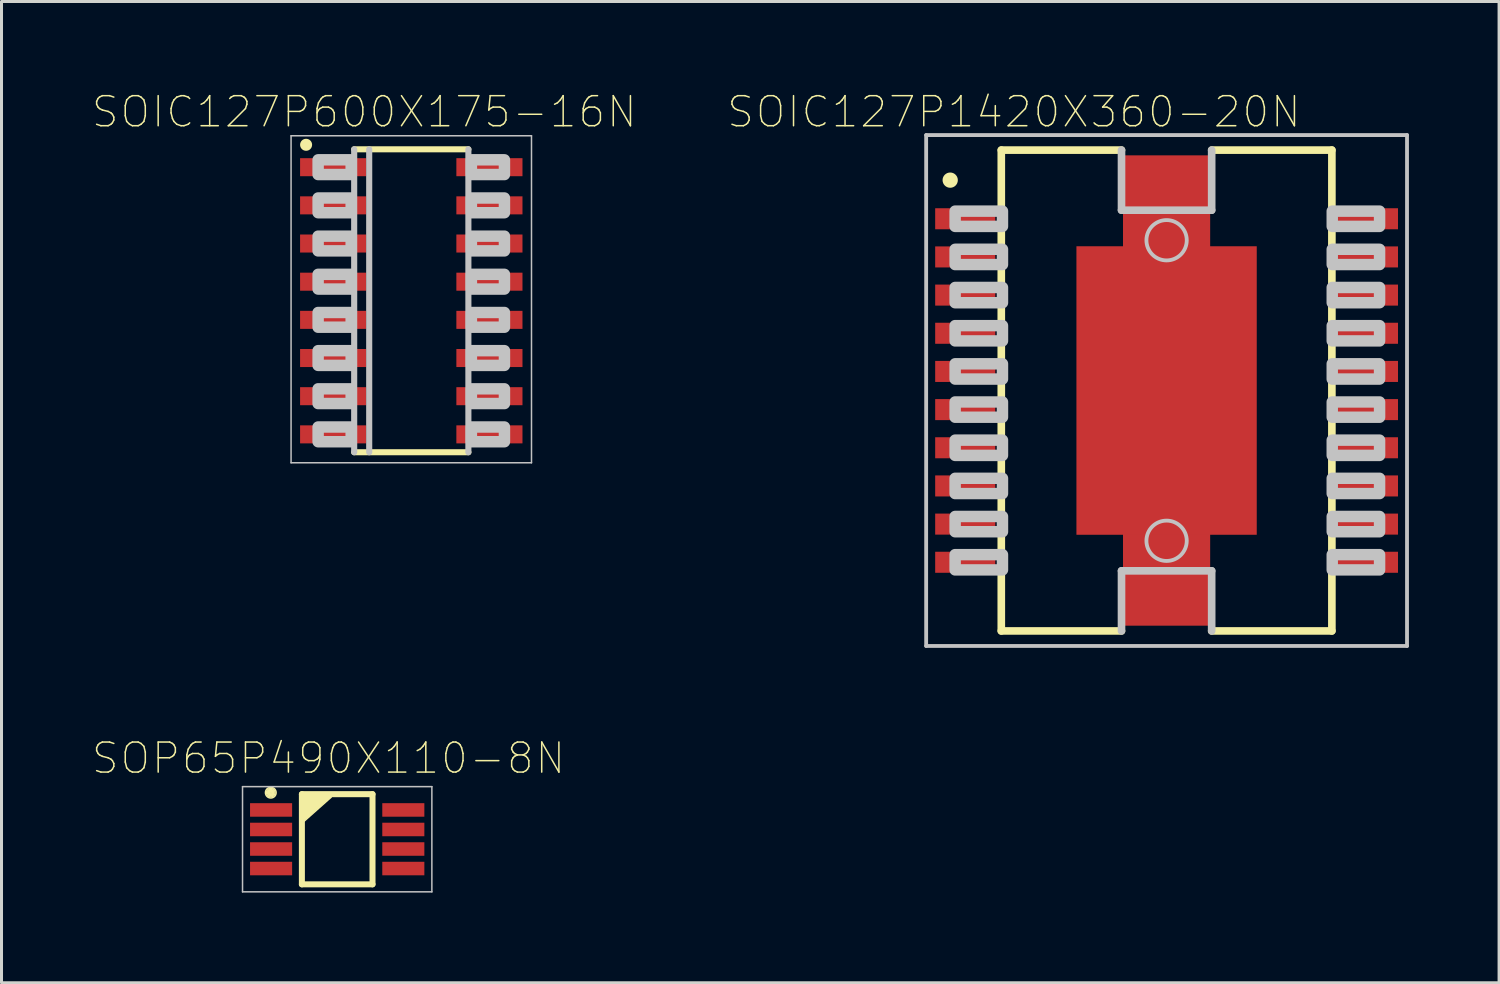
<source format=kicad_pcb>
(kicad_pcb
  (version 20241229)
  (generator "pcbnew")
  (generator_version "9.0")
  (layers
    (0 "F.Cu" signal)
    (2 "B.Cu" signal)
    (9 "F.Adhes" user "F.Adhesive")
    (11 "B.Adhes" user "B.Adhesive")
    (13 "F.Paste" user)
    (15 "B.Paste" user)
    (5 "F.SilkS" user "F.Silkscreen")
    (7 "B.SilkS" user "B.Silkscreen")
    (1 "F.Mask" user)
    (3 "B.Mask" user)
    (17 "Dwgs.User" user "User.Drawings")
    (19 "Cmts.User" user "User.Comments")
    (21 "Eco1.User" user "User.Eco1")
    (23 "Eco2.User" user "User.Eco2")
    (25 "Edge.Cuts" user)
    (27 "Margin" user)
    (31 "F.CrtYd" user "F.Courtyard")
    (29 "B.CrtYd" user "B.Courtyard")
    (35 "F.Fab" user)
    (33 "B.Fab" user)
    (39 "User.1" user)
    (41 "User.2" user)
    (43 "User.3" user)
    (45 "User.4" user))
  (footprint "SOIC127P600X175-16N"
    (layer "F.Cu")
    (at 10.635 6.958)
    (property "Reference" "SOIC127P600X175-16N" (at -1.565 -6.285 0) (layer "F.SilkS") (effects (font (size 1 1) (thickness 0.05))))
    (attr smd)
    (fp_line (start -1.9 -5.04) (end 1.9 -5.04) (stroke (width 0.203) (type solid)) (layer "F.SilkS"))
    (fp_line (start 1.9 5.04) (end -1.9 5.04) (stroke (width 0.203) (type solid)) (layer "F.SilkS"))
    (fp_circle (center -3.5 -5.19) (end -3.3 -5.19) (stroke (width 0) (type solid)) (fill yes) (layer "F.SilkS"))
    (fp_line (start -4 -5.49) (end -4 5.39) (stroke (width 0.05) (type solid)) (layer "Dwgs.User"))
    (fp_line (start -4 -5.49) (end 4 -5.49) (stroke (width 0.05) (type solid)) (layer "Dwgs.User"))
    (fp_line (start -1.9 5.04) (end -1.9 -5.04) (stroke (width 0.203) (type solid)) (layer "Dwgs.User"))
    (fp_line (start -1.4 5.04) (end -1.4 -5.04) (stroke (width 0.203) (type solid)) (layer "Dwgs.User"))
    (fp_line (start 1.9 -5.04) (end 1.9 5.04) (stroke (width 0.203) (type solid)) (layer "Dwgs.User"))
    (fp_line (start 4 -5.49) (end 4 5.39) (stroke (width 0.05) (type solid)) (layer "Dwgs.User"))
    (fp_line (start 4 5.39) (end -4 5.39) (stroke (width 0.05) (type solid)) (layer "Dwgs.User"))
    (fp_poly (pts (xy -2 -4.69) (xy -2 -4.2) (xy -3.1 -4.2) (xy -3.1 -4.69)) (stroke (width 0.381) (type solid)) (fill no) (layer "Dwgs.User"))
    (fp_poly (pts (xy -2 -3.42) (xy -2 -2.93) (xy -3.1 -2.93) (xy -3.1 -3.42)) (stroke (width 0.381) (type solid)) (fill no) (layer "Dwgs.User"))
    (fp_poly (pts (xy -2 -2.15) (xy -2 -1.66) (xy -3.1 -1.66) (xy -3.1 -2.15)) (stroke (width 0.381) (type solid)) (fill no) (layer "Dwgs.User"))
    (fp_poly (pts (xy -2 -0.88) (xy -2 -0.39) (xy -3.1 -0.39) (xy -3.1 -0.88)) (stroke (width 0.381) (type solid)) (fill no) (layer "Dwgs.User"))
    (fp_poly (pts (xy -2 0.39) (xy -2 0.88) (xy -3.1 0.88) (xy -3.1 0.39)) (stroke (width 0.381) (type solid)) (fill no) (layer "Dwgs.User"))
    (fp_poly (pts (xy -2 1.66) (xy -2 2.15) (xy -3.1 2.15) (xy -3.1 1.66)) (stroke (width 0.381) (type solid)) (fill no) (layer "Dwgs.User"))
    (fp_poly (pts (xy -2 2.93) (xy -2 3.42) (xy -3.1 3.42) (xy -3.1 2.93)) (stroke (width 0.381) (type solid)) (fill no) (layer "Dwgs.User"))
    (fp_poly (pts (xy -2 4.2) (xy -2 4.69) (xy -3.1 4.69) (xy -3.1 4.2)) (stroke (width 0.381) (type solid)) (fill no) (layer "Dwgs.User"))
    (fp_poly (pts (xy 3.1 -4.69) (xy 3.1 -4.2) (xy 2 -4.2) (xy 2 -4.69)) (stroke (width 0.381) (type solid)) (fill no) (layer "Dwgs.User"))
    (fp_poly (pts (xy 3.1 -3.42) (xy 3.1 -2.93) (xy 2 -2.93) (xy 2 -3.42)) (stroke (width 0.381) (type solid)) (fill no) (layer "Dwgs.User"))
    (fp_poly (pts (xy 3.1 -2.15) (xy 3.1 -1.66) (xy 2 -1.66) (xy 2 -2.15)) (stroke (width 0.381) (type solid)) (fill no) (layer "Dwgs.User"))
    (fp_poly (pts (xy 3.1 -0.88) (xy 3.1 -0.39) (xy 2 -0.39) (xy 2 -0.88)) (stroke (width 0.381) (type solid)) (fill no) (layer "Dwgs.User"))
    (fp_poly (pts (xy 3.1 0.39) (xy 3.1 0.88) (xy 2 0.88) (xy 2 0.39)) (stroke (width 0.381) (type solid)) (fill no) (layer "Dwgs.User"))
    (fp_poly (pts (xy 3.1 1.66) (xy 3.1 2.15) (xy 2 2.15) (xy 2 1.66)) (stroke (width 0.381) (type solid)) (fill no) (layer "Dwgs.User"))
    (fp_poly (pts (xy 3.1 2.93) (xy 3.1 3.42) (xy 2 3.42) (xy 2 2.93)) (stroke (width 0.381) (type solid)) (fill no) (layer "Dwgs.User"))
    (fp_poly (pts (xy 3.1 4.2) (xy 3.1 4.69) (xy 2 4.69) (xy 2 4.2)) (stroke (width 0.381) (type solid)) (fill no) (layer "Dwgs.User"))
    (pad "1" smd rect (at -2.6 -4.445 270) (size 0.6 2.2) (layers "F.Cu" "F.Mask" "F.Paste"))
    (pad "2" smd rect (at -2.6 -3.175 270) (size 0.6 2.2) (layers "F.Cu" "F.Mask" "F.Paste"))
    (pad "3" smd rect (at -2.6 -1.905 270) (size 0.6 2.2) (layers "F.Cu" "F.Mask" "F.Paste"))
    (pad "4" smd rect (at -2.6 -0.635 270) (size 0.6 2.2) (layers "F.Cu" "F.Mask" "F.Paste"))
    (pad "5" smd rect (at -2.6 0.635 270) (size 0.6 2.2) (layers "F.Cu" "F.Mask" "F.Paste"))
    (pad "6" smd rect (at -2.6 1.905 270) (size 0.6 2.2) (layers "F.Cu" "F.Mask" "F.Paste"))
    (pad "7" smd rect (at -2.6 3.175 270) (size 0.6 2.2) (layers "F.Cu" "F.Mask" "F.Paste"))
    (pad "8" smd rect (at -2.6 4.445 270) (size 0.6 2.2) (layers "F.Cu" "F.Mask" "F.Paste"))
    (pad "9" smd rect (at 2.6 4.445 270) (size 0.6 2.2) (layers "F.Cu" "F.Mask" "F.Paste"))
    (pad "10" smd rect (at 2.6 3.175 270) (size 0.6 2.2) (layers "F.Cu" "F.Mask" "F.Paste"))
    (pad "11" smd rect (at 2.6 1.905 270) (size 0.6 2.2) (layers "F.Cu" "F.Mask" "F.Paste"))
    (pad "12" smd rect (at 2.6 0.635 270) (size 0.6 2.2) (layers "F.Cu" "F.Mask" "F.Paste"))
    (pad "13" smd rect (at 2.6 -0.635 270) (size 0.6 2.2) (layers "F.Cu" "F.Mask" "F.Paste"))
    (pad "14" smd rect (at 2.6 -1.905 270) (size 0.6 2.2) (layers "F.Cu" "F.Mask" "F.Paste"))
    (pad "15" smd rect (at 2.6 -3.175 270) (size 0.6 2.2) (layers "F.Cu" "F.Mask" "F.Paste"))
    (pad "16" smd rect (at 2.6 -4.445 270) (size 0.6 2.2) (layers "F.Cu" "F.Mask" "F.Paste")))
  (footprint "SOP65P490X110-8N"
    (layer "F.Cu")
    (at 8.17 24.875)
    (property "Reference" "SOP65P490X110-8N" (at -0.29 -2.695 0) (layer "F.SilkS") (effects (font (size 1 1) (thickness 0.05))))
    (attr smd)
    (fp_line (start -1.175 -1.5) (end -1.175 1.5) (stroke (width 0.2) (type solid)) (layer "F.SilkS"))
    (fp_line (start -1.175 1.5) (end 1.175 1.5) (stroke (width 0.2) (type solid)) (layer "F.SilkS"))
    (fp_line (start 1.175 -1.5) (end -1.175 -1.5) (stroke (width 0.2) (type solid)) (layer "F.SilkS"))
    (fp_line (start 1.175 1.5) (end 1.175 -1.5) (stroke (width 0.2) (type solid)) (layer "F.SilkS"))
    (fp_circle (center -2.23 -1.57) (end -2.194 -1.57) (stroke (width 0.05) (type solid)) (fill no) (layer "F.SilkS"))
    (fp_circle (center -2.21 -1.55) (end -2.152 -1.55) (stroke (width 0.05) (type solid)) (fill no) (layer "F.SilkS"))
    (fp_circle (center -2.21 -1.55) (end -2.143 -1.55) (stroke (width 0.05) (type solid)) (fill no) (layer "F.SilkS"))
    (fp_circle (center -2.21 -1.55) (end -2.121 -1.55) (stroke (width 0.05) (type solid)) (fill no) (layer "F.SilkS"))
    (fp_circle (center -2.21 -1.55) (end -2.102 -1.55) (stroke (width 0.05) (type solid)) (fill no) (layer "F.SilkS"))
    (fp_circle (center -2.21 -1.55) (end -2.069 -1.55) (stroke (width 0.05) (type solid)) (fill no) (layer "F.SilkS"))
    (fp_circle (center -2.21 -1.55) (end -2.032 -1.55) (stroke (width 0.05) (type solid)) (fill no) (layer "F.SilkS"))
    (fp_circle (center -2.2 -1.54) (end -2.16 -1.54) (stroke (width 0.05) (type solid)) (fill no) (layer "F.SilkS"))
    (fp_poly (pts (xy -1.2 -1.5) (xy -1.1 -0.6) (xy -0.2 -1.4)) (stroke (width 0.05) (type solid)) (fill yes) (layer "F.SilkS"))
    (fp_line (start -3.15 -1.75) (end 3.15 -1.75) (stroke (width 0.05) (type solid)) (layer "Dwgs.User"))
    (fp_line (start -3.15 1.75) (end -3.15 -1.75) (stroke (width 0.05) (type solid)) (layer "Dwgs.User"))
    (fp_line (start 3.15 -1.75) (end 3.15 1.75) (stroke (width 0.05) (type solid)) (layer "Dwgs.User"))
    (fp_line (start 3.15 1.75) (end -3.15 1.75) (stroke (width 0.05) (type solid)) (layer "Dwgs.User"))
    (pad "1" smd rect (at -2.2 -0.975) (size 1.4 0.45) (layers "F.Cu" "F.Mask" "F.Paste"))
    (pad "2" smd rect (at -2.2 -0.325) (size 1.4 0.45) (layers "F.Cu" "F.Mask" "F.Paste"))
    (pad "3" smd rect (at -2.2 0.325) (size 1.4 0.45) (layers "F.Cu" "F.Mask" "F.Paste"))
    (pad "4" smd rect (at -2.2 0.975) (size 1.4 0.45) (layers "F.Cu" "F.Mask" "F.Paste"))
    (pad "5" smd rect (at 2.2 0.975 180) (size 1.4 0.45) (layers "F.Cu" "F.Mask" "F.Paste"))
    (pad "6" smd rect (at 2.2 0.325 180) (size 1.4 0.45) (layers "F.Cu" "F.Mask" "F.Paste"))
    (pad "7" smd rect (at 2.2 -0.325 180) (size 1.4 0.45) (layers "F.Cu" "F.Mask" "F.Paste"))
    (pad "8" smd rect (at 2.2 -0.975 180) (size 1.4 0.45) (layers "F.Cu" "F.Mask" "F.Paste")))
  (footprint "SOIC127P1420X360-20N"
    (layer "F.Cu")
    (at 35.767 9.944)
    (property "Reference" "SOIC127P1420X360-20N" (at -5.08 -9.271 0) (layer "F.SilkS") (effects (font (size 1 1) (thickness 0.05))))
    (attr smd)
    (fp_line (start -5.5 8) (end -5.5 -8) (stroke (width 0.254) (type solid)) (layer "F.SilkS"))
    (fp_line (start -1.5 -8) (end -5.5 -8) (stroke (width 0.254) (type solid)) (layer "F.SilkS"))
    (fp_line (start -1.5 8) (end -5.5 8) (stroke (width 0.254) (type solid)) (layer "F.SilkS"))
    (fp_line (start 5.5 -8) (end 1.5 -8) (stroke (width 0.254) (type solid)) (layer "F.SilkS"))
    (fp_line (start 5.5 -8) (end 5.5 8) (stroke (width 0.254) (type solid)) (layer "F.SilkS"))
    (fp_line (start 5.5 8) (end 1.5 8) (stroke (width 0.254) (type solid)) (layer "F.SilkS"))
    (fp_circle (center -7.2 -7) (end -6.946 -7) (stroke (width 0) (type solid)) (fill yes) (layer "F.SilkS"))
    (fp_poly (pts (xy -1.9 -3) (xy 1.9 -3) (xy 1.9 3) (xy -1.9 3)) (stroke (width 0.381) (type solid)) (fill yes) (layer "F.Paste"))
    (fp_line (start -8 -8.5) (end -8 8.5) (stroke (width 0.127) (type solid)) (layer "Dwgs.User"))
    (fp_line (start -8 8.5) (end 8 8.5) (stroke (width 0.127) (type solid)) (layer "Dwgs.User"))
    (fp_line (start -1.5 -6) (end -1.5 -8) (stroke (width 0.254) (type solid)) (layer "Dwgs.User"))
    (fp_line (start -1.5 -6) (end 1.5 -6) (stroke (width 0.254) (type solid)) (layer "Dwgs.User"))
    (fp_line (start -1.5 6) (end 1.5 6) (stroke (width 0.254) (type solid)) (layer "Dwgs.User"))
    (fp_line (start -1.5 8) (end -1.5 6) (stroke (width 0.254) (type solid)) (layer "Dwgs.User"))
    (fp_line (start 1.5 -6) (end 1.5 -8) (stroke (width 0.254) (type solid)) (layer "Dwgs.User"))
    (fp_line (start 1.5 8) (end 1.5 6) (stroke (width 0.254) (type solid)) (layer "Dwgs.User"))
    (fp_line (start 8 -8.5) (end -8 -8.5) (stroke (width 0.127) (type solid)) (layer "Dwgs.User"))
    (fp_line (start 8 8.5) (end 8 -8.5) (stroke (width 0.127) (type solid)) (layer "Dwgs.User"))
    (fp_circle (center 0 -5) (end 0.671 -5) (stroke (width 0.127) (type solid)) (fill no) (layer "Dwgs.User"))
    (fp_circle (center 0 5) (end 0.671 5) (stroke (width 0.127) (type solid)) (fill no) (layer "Dwgs.User"))
    (fp_poly (pts (xy -5.461 -5.969) (xy -5.461 -5.461) (xy -7.036 -5.461) (xy -7.036 -5.969)) (stroke (width 0.381) (type solid)) (fill no) (layer "Dwgs.User"))
    (fp_poly (pts (xy -5.461 -4.699) (xy -5.461 -4.191) (xy -7.036 -4.191) (xy -7.036 -4.699)) (stroke (width 0.381) (type solid)) (fill no) (layer "Dwgs.User"))
    (fp_poly (pts (xy -5.461 -3.429) (xy -5.461 -2.921) (xy -7.036 -2.921) (xy -7.036 -3.429)) (stroke (width 0.381) (type solid)) (fill no) (layer "Dwgs.User"))
    (fp_poly (pts (xy -5.461 -2.159) (xy -5.461 -1.651) (xy -7.036 -1.651) (xy -7.036 -2.159)) (stroke (width 0.381) (type solid)) (fill no) (layer "Dwgs.User"))
    (fp_poly (pts (xy -5.461 -0.889) (xy -5.461 -0.381) (xy -7.036 -0.381) (xy -7.036 -0.889)) (stroke (width 0.381) (type solid)) (fill no) (layer "Dwgs.User"))
    (fp_poly (pts (xy -5.461 0.381) (xy -5.461 0.889) (xy -7.036 0.889) (xy -7.036 0.381)) (stroke (width 0.381) (type solid)) (fill no) (layer "Dwgs.User"))
    (fp_poly (pts (xy -5.461 1.651) (xy -5.461 2.159) (xy -7.036 2.159) (xy -7.036 1.651)) (stroke (width 0.381) (type solid)) (fill no) (layer "Dwgs.User"))
    (fp_poly (pts (xy -5.461 2.921) (xy -5.461 3.429) (xy -7.036 3.429) (xy -7.036 2.921)) (stroke (width 0.381) (type solid)) (fill no) (layer "Dwgs.User"))
    (fp_poly (pts (xy -5.461 4.191) (xy -5.461 4.699) (xy -7.036 4.699) (xy -7.036 4.191)) (stroke (width 0.381) (type solid)) (fill no) (layer "Dwgs.User"))
    (fp_poly (pts (xy -5.461 5.461) (xy -5.461 5.969) (xy -7.036 5.969) (xy -7.036 5.461)) (stroke (width 0.381) (type solid)) (fill no) (layer "Dwgs.User"))
    (fp_poly (pts (xy 7.087 -5.969) (xy 7.087 -5.461) (xy 5.512 -5.461) (xy 5.512 -5.969)) (stroke (width 0.381) (type solid)) (fill no) (layer "Dwgs.User"))
    (fp_poly (pts (xy 7.087 -4.699) (xy 7.087 -4.191) (xy 5.512 -4.191) (xy 5.512 -4.699)) (stroke (width 0.381) (type solid)) (fill no) (layer "Dwgs.User"))
    (fp_poly (pts (xy 7.087 -3.429) (xy 7.087 -2.921) (xy 5.512 -2.921) (xy 5.512 -3.429)) (stroke (width 0.381) (type solid)) (fill no) (layer "Dwgs.User"))
    (fp_poly (pts (xy 7.087 -2.159) (xy 7.087 -1.651) (xy 5.512 -1.651) (xy 5.512 -2.159)) (stroke (width 0.381) (type solid)) (fill no) (layer "Dwgs.User"))
    (fp_poly (pts (xy 7.087 -0.889) (xy 7.087 -0.381) (xy 5.512 -0.381) (xy 5.512 -0.889)) (stroke (width 0.381) (type solid)) (fill no) (layer "Dwgs.User"))
    (fp_poly (pts (xy 7.087 0.381) (xy 7.087 0.889) (xy 5.512 0.889) (xy 5.512 0.381)) (stroke (width 0.381) (type solid)) (fill no) (layer "Dwgs.User"))
    (fp_poly (pts (xy 7.087 1.651) (xy 7.087 2.159) (xy 5.512 2.159) (xy 5.512 1.651)) (stroke (width 0.381) (type solid)) (fill no) (layer "Dwgs.User"))
    (fp_poly (pts (xy 7.087 2.921) (xy 7.087 3.429) (xy 5.512 3.429) (xy 5.512 2.921)) (stroke (width 0.381) (type solid)) (fill no) (layer "Dwgs.User"))
    (fp_poly (pts (xy 7.087 4.191) (xy 7.087 4.699) (xy 5.512 4.699) (xy 5.512 4.191)) (stroke (width 0.381) (type solid)) (fill no) (layer "Dwgs.User"))
    (fp_poly (pts (xy 7.087 5.461) (xy 7.087 5.969) (xy 5.512 5.969) (xy 5.512 5.461)) (stroke (width 0.381) (type solid)) (fill no) (layer "Dwgs.User"))
    (pad "1" smd rect (at -6.7 -5.715) (size 2 0.7) (layers "F.Cu" "F.Mask" "F.Paste"))
    (pad "2" smd rect (at -6.7 -4.445) (size 2 0.7) (layers "F.Cu" "F.Mask" "F.Paste"))
    (pad "3" smd rect (at -6.7 -3.175) (size 2 0.7) (layers "F.Cu" "F.Mask" "F.Paste"))
    (pad "4" smd rect (at -6.7 -1.905) (size 2 0.7) (layers "F.Cu" "F.Mask" "F.Paste"))
    (pad "5" smd rect (at -6.7 -0.635) (size 2 0.7) (layers "F.Cu" "F.Mask" "F.Paste"))
    (pad "6" smd rect (at -6.7 0.635) (size 2 0.7) (layers "F.Cu" "F.Mask" "F.Paste"))
    (pad "7" smd rect (at -6.7 1.905) (size 2 0.7) (layers "F.Cu" "F.Mask" "F.Paste"))
    (pad "8" smd rect (at -6.7 3.175) (size 2 0.7) (layers "F.Cu" "F.Mask" "F.Paste"))
    (pad "9" smd rect (at -6.7 4.445) (size 2 0.7) (layers "F.Cu" "F.Mask" "F.Paste"))
    (pad "10" smd rect (at -6.7 5.715) (size 2 0.7) (layers "F.Cu" "F.Mask" "F.Paste"))
    (pad "11" smd rect (at 6.7 5.715) (size 2 0.7) (layers "F.Cu" "F.Mask" "F.Paste"))
    (pad "12" smd rect (at 6.7 4.445) (size 2 0.7) (layers "F.Cu" "F.Mask" "F.Paste"))
    (pad "13" smd rect (at 6.7 3.175) (size 2 0.7) (layers "F.Cu" "F.Mask" "F.Paste"))
    (pad "14" smd rect (at 6.7 1.905) (size 2 0.7) (layers "F.Cu" "F.Mask" "F.Paste"))
    (pad "15" smd rect (at 6.7 0.635) (size 2 0.7) (layers "F.Cu" "F.Mask" "F.Paste"))
    (pad "16" smd rect (at 6.7 -0.635) (size 2 0.7) (layers "F.Cu" "F.Mask" "F.Paste"))
    (pad "17" smd rect (at 6.7 -1.905) (size 2 0.7) (layers "F.Cu" "F.Mask" "F.Paste"))
    (pad "18" smd rect (at 6.7 -3.175) (size 2 0.7) (layers "F.Cu" "F.Mask" "F.Paste"))
    (pad "19" smd rect (at 6.7 -4.445) (size 2 0.7) (layers "F.Cu" "F.Mask" "F.Paste"))
    (pad "20" smd rect (at 6.7 -5.715) (size 2 0.7) (layers "F.Cu" "F.Mask" "F.Paste"))
    (pad "21" smd rect (at 0 0 270) (size 9.6 6) (layers "F.Cu" "F.Mask" "F.Paste"))
    (pad "22" smd rect (at 0 -6.3 90) (size 3.05 2.9) (layers "F.Cu" "F.Mask" "F.Paste"))
    (pad "23" smd rect (at 0 6.3 90) (size 3.05 2.9) (layers "F.Cu" "F.Mask" "F.Paste")))
  (gr_rect
    (start -3 -3)
    (end 46.83 29.65)
    (stroke (width 0.1) (type default))
    (fill no)
    (layer "Edge.Cuts")))
</source>
